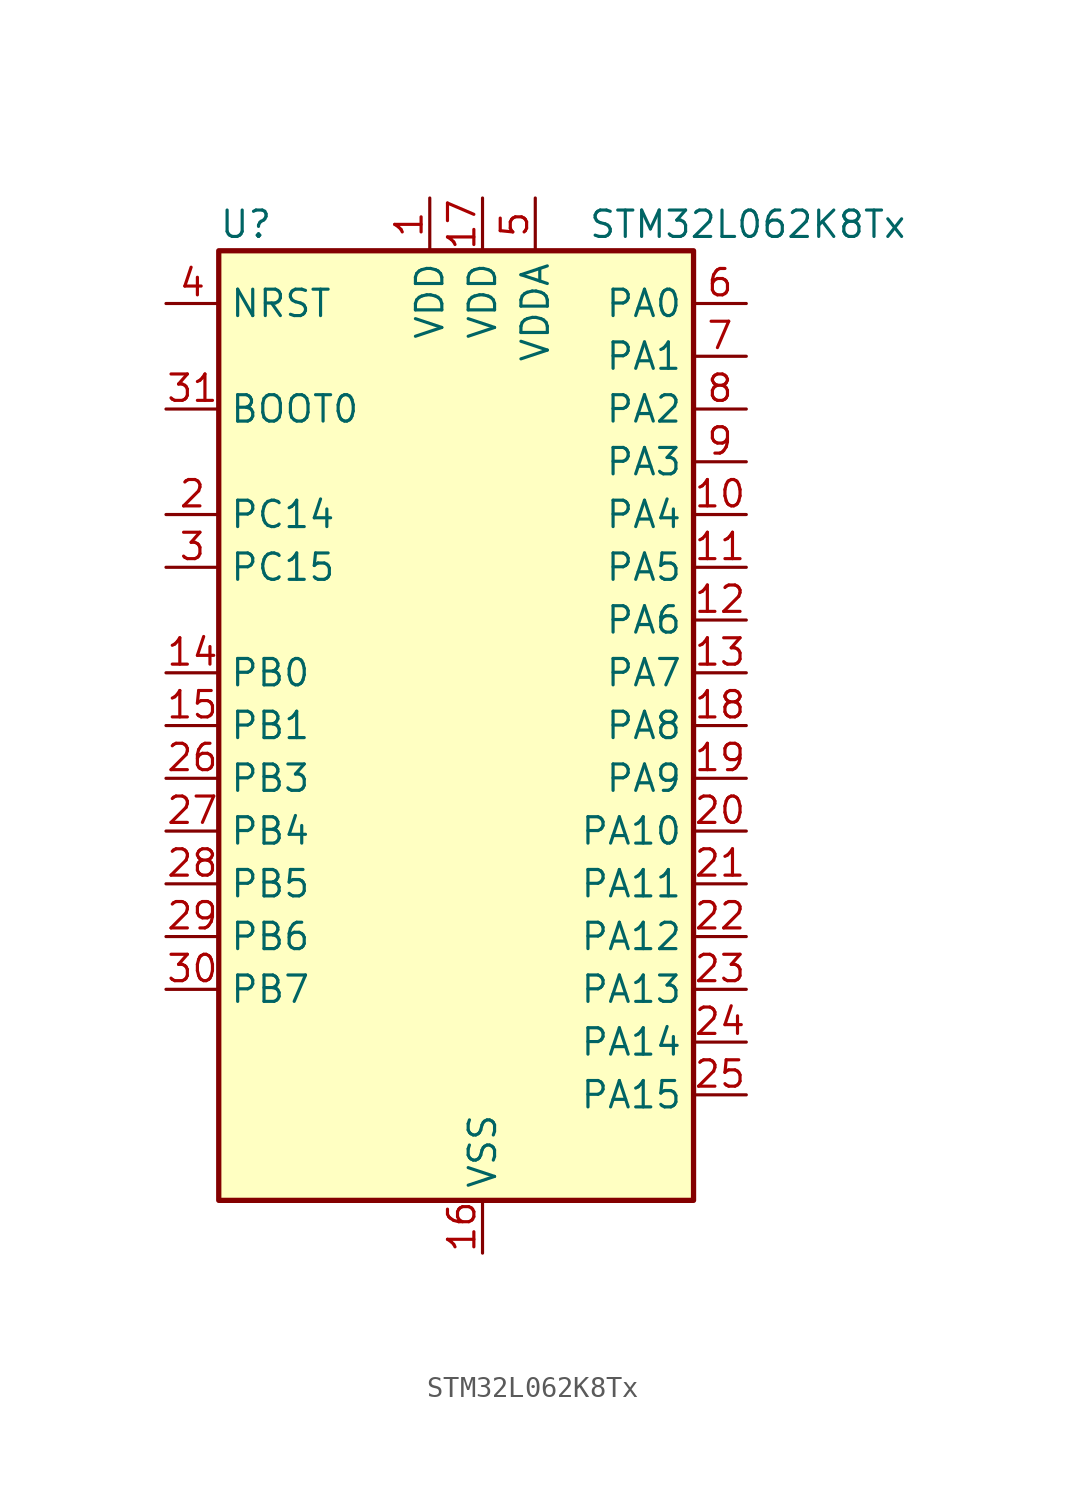
<source format=kicad_sym>
(kicad_symbol_lib
  (version 20220914)
  (generator kicad_symbol_editor)
  (symbol "STM32L062K8Tx"
    (property "Reference" "U"
      (at -10.16 24.13 0)
      (effects (font (size 1.27 1.27)) (justify left)))
    (property "Value" "STM32L062K8Tx"
      (at 7.62 24.13 0)
      (effects (font (size 1.27 1.27)) (justify left)))
    (property "ki_locked" ""
      (at 0 0 0)
      (effects (font (size 1.27 1.27))))
    (symbol "STM32L062K8Tx_0_1"
      (rectangle (start -10.16 -22.86) (end 12.7 22.86) (stroke (width 0.254) (type default)) (fill (type background))))
    (symbol "STM32L062K8Tx_1_1"
      (pin power_in line (at 0 25.4 270) (length 2.54) (name "VDD" (effects (font (size 1.27 1.27)))) (number "1" (effects (font (size 1.27 1.27)))))
      (pin bidirectional line (at 15.24 10.16 180) (length 2.54) (name "PA4" (effects (font (size 1.27 1.27)))) (number "10" (effects (font (size 1.27 1.27)))) (alternate "ADC_IN4" bidirectional line) (alternate "COMP1_INM" bidirectional line) (alternate "COMP2_INM" bidirectional line) (alternate "DAC_OUT1" bidirectional line) (alternate "SPI1_NSS" bidirectional line) (alternate "TIM22_ETR" bidirectional line) (alternate "TSC_G2_IO1" bidirectional line) (alternate "USART2_CK" bidirectional line))
      (pin bidirectional line (at 15.24 7.62 180) (length 2.54) (name "PA5" (effects (font (size 1.27 1.27)))) (number "11" (effects (font (size 1.27 1.27)))) (alternate "ADC_IN5" bidirectional line) (alternate "COMP1_INM" bidirectional line) (alternate "COMP2_INM" bidirectional line) (alternate "SPI1_SCK" bidirectional line) (alternate "TIM2_CH1" bidirectional line) (alternate "TIM2_ETR" bidirectional line) (alternate "TSC_G2_IO2" bidirectional line))
      (pin bidirectional line (at 15.24 5.08 180) (length 2.54) (name "PA6" (effects (font (size 1.27 1.27)))) (number "12" (effects (font (size 1.27 1.27)))) (alternate "ADC_IN6" bidirectional line) (alternate "COMP1_OUT" bidirectional line) (alternate "SPI1_MISO" bidirectional line) (alternate "TIM22_CH1" bidirectional line) (alternate "TSC_G2_IO3" bidirectional line))
      (pin bidirectional line (at 15.24 2.54 180) (length 2.54) (name "PA7" (effects (font (size 1.27 1.27)))) (number "13" (effects (font (size 1.27 1.27)))) (alternate "ADC_IN7" bidirectional line) (alternate "COMP2_OUT" bidirectional line) (alternate "SPI1_MOSI" bidirectional line) (alternate "TIM22_CH2" bidirectional line) (alternate "TSC_G2_IO4" bidirectional line))
      (pin bidirectional line (at -12.7 2.54 0) (length 2.54) (name "PB0" (effects (font (size 1.27 1.27)))) (number "14" (effects (font (size 1.27 1.27)))) (alternate "ADC_IN8" bidirectional line) (alternate "SYS_VREF_OUT_PB0" bidirectional line) (alternate "TSC_G3_IO2" bidirectional line))
      (pin bidirectional line (at -12.7 0 0) (length 2.54) (name "PB1" (effects (font (size 1.27 1.27)))) (number "15" (effects (font (size 1.27 1.27)))) (alternate "ADC_IN9" bidirectional line) (alternate "SYS_VREF_OUT_PB1" bidirectional line) (alternate "TSC_G3_IO3" bidirectional line))
      (pin power_in line (at 2.54 -25.4 90) (length 2.54) (name "VSS" (effects (font (size 1.27 1.27)))) (number "16" (effects (font (size 1.27 1.27)))))
      (pin power_in line (at 2.54 25.4 270) (length 2.54) (name "VDD" (effects (font (size 1.27 1.27)))) (number "17" (effects (font (size 1.27 1.27)))))
      (pin bidirectional line (at 15.24 0 180) (length 2.54) (name "PA8" (effects (font (size 1.27 1.27)))) (number "18" (effects (font (size 1.27 1.27)))) (alternate "CRS_SYNC" bidirectional line) (alternate "RCC_MCO" bidirectional line) (alternate "USART1_CK" bidirectional line))
      (pin bidirectional line (at 15.24 -2.54 180) (length 2.54) (name "PA9" (effects (font (size 1.27 1.27)))) (number "19" (effects (font (size 1.27 1.27)))) (alternate "DAC_EXTI9" bidirectional line) (alternate "RCC_MCO" bidirectional line) (alternate "TSC_G4_IO1" bidirectional line) (alternate "USART1_TX" bidirectional line))
      (pin bidirectional line (at -12.7 10.16 0) (length 2.54) (name "PC14" (effects (font (size 1.27 1.27)))) (number "2" (effects (font (size 1.27 1.27)))) (alternate "RCC_OSC32_IN" bidirectional line))
      (pin bidirectional line (at 15.24 -5.08 180) (length 2.54) (name "PA10" (effects (font (size 1.27 1.27)))) (number "20" (effects (font (size 1.27 1.27)))) (alternate "TSC_G4_IO2" bidirectional line) (alternate "USART1_RX" bidirectional line))
      (pin bidirectional line (at 15.24 -7.62 180) (length 2.54) (name "PA11" (effects (font (size 1.27 1.27)))) (number "21" (effects (font (size 1.27 1.27)))) (alternate "ADC_EXTI11" bidirectional line) (alternate "COMP1_OUT" bidirectional line) (alternate "SPI1_MISO" bidirectional line) (alternate "TSC_G4_IO3" bidirectional line) (alternate "USART1_CTS" bidirectional line) (alternate "USB_DM" bidirectional line))
      (pin bidirectional line (at 15.24 -10.16 180) (length 2.54) (name "PA12" (effects (font (size 1.27 1.27)))) (number "22" (effects (font (size 1.27 1.27)))) (alternate "COMP2_OUT" bidirectional line) (alternate "SPI1_MOSI" bidirectional line) (alternate "TSC_G4_IO4" bidirectional line) (alternate "USART1_DE" bidirectional line) (alternate "USART1_RTS" bidirectional line) (alternate "USB_DP" bidirectional line))
      (pin bidirectional line (at 15.24 -12.7 180) (length 2.54) (name "PA13" (effects (font (size 1.27 1.27)))) (number "23" (effects (font (size 1.27 1.27)))) (alternate "SYS_SWDIO" bidirectional line) (alternate "USB_NOE" bidirectional line))
      (pin bidirectional line (at 15.24 -15.24 180) (length 2.54) (name "PA14" (effects (font (size 1.27 1.27)))) (number "24" (effects (font (size 1.27 1.27)))) (alternate "SYS_SWCLK" bidirectional line) (alternate "USART2_TX" bidirectional line))
      (pin bidirectional line (at 15.24 -17.78 180) (length 2.54) (name "PA15" (effects (font (size 1.27 1.27)))) (number "25" (effects (font (size 1.27 1.27)))) (alternate "SPI1_NSS" bidirectional line) (alternate "TIM2_CH1" bidirectional line) (alternate "TIM2_ETR" bidirectional line) (alternate "USART2_RX" bidirectional line))
      (pin bidirectional line (at -12.7 -2.54 0) (length 2.54) (name "PB3" (effects (font (size 1.27 1.27)))) (number "26" (effects (font (size 1.27 1.27)))) (alternate "COMP2_INM" bidirectional line) (alternate "SPI1_SCK" bidirectional line) (alternate "TIM2_CH2" bidirectional line) (alternate "TSC_G5_IO1" bidirectional line))
      (pin bidirectional line (at -12.7 -5.08 0) (length 2.54) (name "PB4" (effects (font (size 1.27 1.27)))) (number "27" (effects (font (size 1.27 1.27)))) (alternate "COMP2_INP" bidirectional line) (alternate "SPI1_MISO" bidirectional line) (alternate "TIM22_CH1" bidirectional line) (alternate "TSC_G5_IO2" bidirectional line))
      (pin bidirectional line (at -12.7 -7.62 0) (length 2.54) (name "PB5" (effects (font (size 1.27 1.27)))) (number "28" (effects (font (size 1.27 1.27)))) (alternate "COMP2_INP" bidirectional line) (alternate "I2C1_SMBA" bidirectional line) (alternate "LPTIM1_IN1" bidirectional line) (alternate "SPI1_MOSI" bidirectional line) (alternate "TIM22_CH2" bidirectional line))
      (pin bidirectional line (at -12.7 -10.16 0) (length 2.54) (name "PB6" (effects (font (size 1.27 1.27)))) (number "29" (effects (font (size 1.27 1.27)))) (alternate "COMP2_INP" bidirectional line) (alternate "I2C1_SCL" bidirectional line) (alternate "LPTIM1_ETR" bidirectional line) (alternate "TSC_G5_IO3" bidirectional line) (alternate "USART1_TX" bidirectional line))
      (pin bidirectional line (at -12.7 7.62 0) (length 2.54) (name "PC15" (effects (font (size 1.27 1.27)))) (number "3" (effects (font (size 1.27 1.27)))) (alternate "RCC_OSC32_OUT" bidirectional line))
      (pin bidirectional line (at -12.7 -12.7 0) (length 2.54) (name "PB7" (effects (font (size 1.27 1.27)))) (number "30" (effects (font (size 1.27 1.27)))) (alternate "COMP2_INP" bidirectional line) (alternate "I2C1_SDA" bidirectional line) (alternate "LPTIM1_IN2" bidirectional line) (alternate "SYS_PVD_IN" bidirectional line) (alternate "TSC_G5_IO4" bidirectional line) (alternate "USART1_RX" bidirectional line))
      (pin input line (at -12.7 15.24 0) (length 2.54) (name "BOOT0" (effects (font (size 1.27 1.27)))) (number "31" (effects (font (size 1.27 1.27)))))
      (pin passive line (at 2.54 -25.4 90) (length 2.54) hide (name "VSS" (effects (font (size 1.27 1.27)))) (number "32" (effects (font (size 1.27 1.27)))))
      (pin input line (at -12.7 20.32 0) (length 2.54) (name "NRST" (effects (font (size 1.27 1.27)))) (number "4" (effects (font (size 1.27 1.27)))))
      (pin power_in line (at 5.08 25.4 270) (length 2.54) (name "VDDA" (effects (font (size 1.27 1.27)))) (number "5" (effects (font (size 1.27 1.27)))))
      (pin bidirectional line (at 15.24 20.32 180) (length 2.54) (name "PA0" (effects (font (size 1.27 1.27)))) (number "6" (effects (font (size 1.27 1.27)))) (alternate "ADC_IN0" bidirectional line) (alternate "COMP1_INM" bidirectional line) (alternate "COMP1_OUT" bidirectional line) (alternate "RTC_TAMP2" bidirectional line) (alternate "SYS_WKUP1" bidirectional line) (alternate "TIM2_CH1" bidirectional line) (alternate "TIM2_ETR" bidirectional line) (alternate "TSC_G1_IO1" bidirectional line) (alternate "USART2_CTS" bidirectional line))
      (pin bidirectional line (at 15.24 17.78 180) (length 2.54) (name "PA1" (effects (font (size 1.27 1.27)))) (number "7" (effects (font (size 1.27 1.27)))) (alternate "ADC_IN1" bidirectional line) (alternate "COMP1_INP" bidirectional line) (alternate "TIM21_ETR" bidirectional line) (alternate "TIM2_CH2" bidirectional line) (alternate "TSC_G1_IO2" bidirectional line) (alternate "USART2_DE" bidirectional line) (alternate "USART2_RTS" bidirectional line))
      (pin bidirectional line (at 15.24 15.24 180) (length 2.54) (name "PA2" (effects (font (size 1.27 1.27)))) (number "8" (effects (font (size 1.27 1.27)))) (alternate "ADC_IN2" bidirectional line) (alternate "COMP2_INM" bidirectional line) (alternate "COMP2_OUT" bidirectional line) (alternate "TIM21_CH1" bidirectional line) (alternate "TIM2_CH3" bidirectional line) (alternate "TSC_G1_IO3" bidirectional line) (alternate "USART2_TX" bidirectional line))
      (pin bidirectional line (at 15.24 12.7 180) (length 2.54) (name "PA3" (effects (font (size 1.27 1.27)))) (number "9" (effects (font (size 1.27 1.27)))) (alternate "ADC_IN3" bidirectional line) (alternate "COMP2_INP" bidirectional line) (alternate "TIM21_CH2" bidirectional line) (alternate "TIM2_CH4" bidirectional line) (alternate "TSC_G1_IO4" bidirectional line) (alternate "USART2_RX" bidirectional line)))))
</source>
